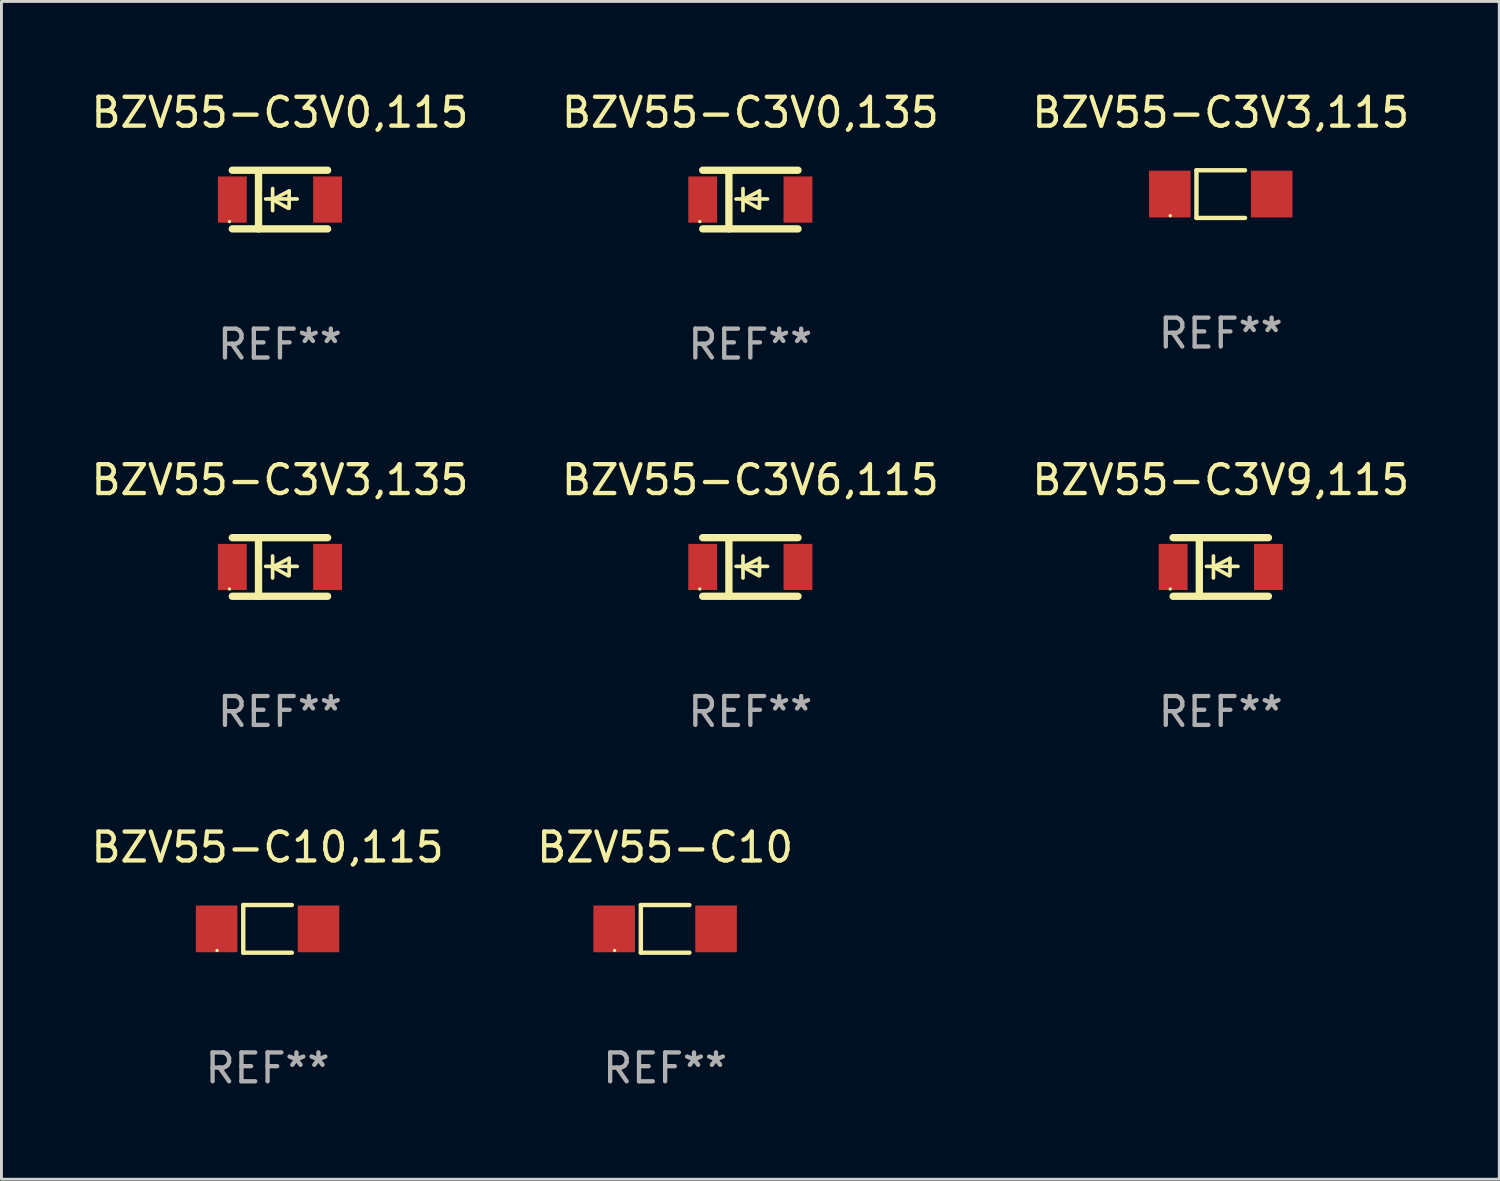
<source format=kicad_pcb>
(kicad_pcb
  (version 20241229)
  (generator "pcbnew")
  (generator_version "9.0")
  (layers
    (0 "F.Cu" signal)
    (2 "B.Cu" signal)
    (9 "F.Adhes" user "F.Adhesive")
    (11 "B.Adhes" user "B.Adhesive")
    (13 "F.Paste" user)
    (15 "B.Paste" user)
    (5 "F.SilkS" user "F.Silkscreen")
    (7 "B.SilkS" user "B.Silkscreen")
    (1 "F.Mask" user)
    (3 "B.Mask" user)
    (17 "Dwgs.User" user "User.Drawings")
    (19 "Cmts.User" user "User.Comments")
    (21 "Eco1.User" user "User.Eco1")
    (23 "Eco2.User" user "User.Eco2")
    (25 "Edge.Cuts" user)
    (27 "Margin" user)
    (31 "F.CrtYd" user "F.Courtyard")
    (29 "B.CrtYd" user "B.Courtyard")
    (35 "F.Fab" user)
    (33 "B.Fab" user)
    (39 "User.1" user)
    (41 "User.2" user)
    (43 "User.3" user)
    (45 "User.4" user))
  (footprint "BZV55-C3V0,135"
    (layer "F.Cu")
    (at 22.946 3.864)
    (property "Reference" "BZV55-C3V0,135" (at 0 -3.016 0) (layer "F.SilkS") (effects (font (size 1 1) (thickness 0.15))))
    (attr through_hole)
    (fp_line (start -1.651 -1.016) (end 1.651 -1.016) (stroke (width 0.254) (type solid)) (layer "F.SilkS"))
    (fp_line (start -1.651 1.016) (end 1.651 1.016) (stroke (width 0.254) (type solid)) (layer "F.SilkS"))
    (fp_line (start -0.743 -1) (end -0.743 1.016) (stroke (width 0.254) (type solid)) (layer "F.SilkS"))
    (fp_line (start -0.495 -0.02) (end 0.597 -0.02) (stroke (width 0.127) (type solid)) (layer "F.SilkS"))
    (fp_line (start -0.254 0) (end -0.254 -0.381) (stroke (width 0.127) (type solid)) (layer "F.SilkS"))
    (fp_line (start -0.254 0) (end -0.254 0.381) (stroke (width 0.127) (type solid)) (layer "F.SilkS"))
    (fp_line (start 0.288 0.301) (end -0.254 0) (stroke (width 0.127) (type solid)) (layer "F.SilkS"))
    (fp_line (start 0.318 -0.299) (end -0.254 0) (stroke (width 0.127) (type solid)) (layer "F.SilkS"))
    (fp_line (start 0.318 -0.299) (end 0.318 0.301) (stroke (width 0.127) (type solid)) (layer "F.SilkS"))
    (fp_circle (center -1.75 0.763) (end -1.72 0.763) (stroke (width 0.06) (type solid)) (fill no) (layer "F.SilkS"))
    (fp_text user "REF**" (at 0 5.016 0) (layer "F.Fab") (effects (font (size 1 1) (thickness 0.15))))
    (pad "1" smd rect (at -1.65 0 90) (size 1.6 1) (layers "F.Cu" "F.Mask" "F.Paste"))
    (pad "2" smd rect (at 1.65 0 90) (size 1.6 1) (layers "F.Cu" "F.Mask" "F.Paste")))
  (footprint "BZV55-C3V6,115"
    (layer "F.Cu")
    (at 22.946 16.593)
    (property "Reference" "BZV55-C3V6,115" (at 0 -3.016 0) (layer "F.SilkS") (effects (font (size 1 1) (thickness 0.15))))
    (attr through_hole)
    (fp_line (start -1.651 -1.016) (end 1.651 -1.016) (stroke (width 0.254) (type solid)) (layer "F.SilkS"))
    (fp_line (start -1.651 1.016) (end 1.651 1.016) (stroke (width 0.254) (type solid)) (layer "F.SilkS"))
    (fp_line (start -0.743 -1) (end -0.743 1.016) (stroke (width 0.254) (type solid)) (layer "F.SilkS"))
    (fp_line (start -0.495 -0.02) (end 0.597 -0.02) (stroke (width 0.127) (type solid)) (layer "F.SilkS"))
    (fp_line (start -0.254 0) (end -0.254 -0.381) (stroke (width 0.127) (type solid)) (layer "F.SilkS"))
    (fp_line (start -0.254 0) (end -0.254 0.381) (stroke (width 0.127) (type solid)) (layer "F.SilkS"))
    (fp_line (start 0.288 0.301) (end -0.254 0) (stroke (width 0.127) (type solid)) (layer "F.SilkS"))
    (fp_line (start 0.318 -0.299) (end -0.254 0) (stroke (width 0.127) (type solid)) (layer "F.SilkS"))
    (fp_line (start 0.318 -0.299) (end 0.318 0.301) (stroke (width 0.127) (type solid)) (layer "F.SilkS"))
    (fp_circle (center -1.75 0.763) (end -1.72 0.763) (stroke (width 0.06) (type solid)) (fill no) (layer "F.SilkS"))
    (fp_text user "REF**" (at 0 5.016 0) (layer "F.Fab") (effects (font (size 1 1) (thickness 0.15))))
    (pad "1" smd rect (at -1.65 0 90) (size 1.6 1) (layers "F.Cu" "F.Mask" "F.Paste"))
    (pad "2" smd rect (at 1.65 0 90) (size 1.6 1) (layers "F.Cu" "F.Mask" "F.Paste")))
  (footprint "BZV55-C3V3,115"
    (layer "F.Cu")
    (at 39.244 3.674)
    (property "Reference" "BZV55-C3V3,115" (at 0 -2.826 0) (layer "F.SilkS") (effects (font (size 1 1) (thickness 0.15))))
    (attr through_hole)
    (fp_line (start -0.842 -0.826) (end -0.842 0.826) (stroke (width 0.152) (type solid)) (layer "F.SilkS"))
    (fp_line (start -0.842 -0.826) (end 0.842 -0.826) (stroke (width 0.152) (type solid)) (layer "F.SilkS"))
    (fp_line (start -0.842 0.826) (end 0.842 0.826) (stroke (width 0.152) (type solid)) (layer "F.SilkS"))
    (fp_circle (center -1.75 0.75) (end -1.72 0.75) (stroke (width 0.06) (type solid)) (fill no) (layer "F.SilkS"))
    (fp_text user "REF**" (at 0 4.826 0) (layer "F.Fab") (effects (font (size 1 1) (thickness 0.15))))
    (pad "1" smd rect (at -1.765 0) (size 1.44 1.62) (layers "F.Cu" "F.Mask" "F.Paste"))
    (pad "2" smd rect (at 1.765 0) (size 1.44 1.62) (layers "F.Cu" "F.Mask" "F.Paste")))
  (footprint "BZV55-C3V3,135"
    (layer "F.Cu")
    (at 6.649 16.593)
    (property "Reference" "BZV55-C3V3,135" (at 0 -3.016 0) (layer "F.SilkS") (effects (font (size 1 1) (thickness 0.15))))
    (attr through_hole)
    (fp_line (start -1.651 -1.016) (end 1.651 -1.016) (stroke (width 0.254) (type solid)) (layer "F.SilkS"))
    (fp_line (start -1.651 1.016) (end 1.651 1.016) (stroke (width 0.254) (type solid)) (layer "F.SilkS"))
    (fp_line (start -0.743 -1) (end -0.743 1.016) (stroke (width 0.254) (type solid)) (layer "F.SilkS"))
    (fp_line (start -0.495 -0.02) (end 0.597 -0.02) (stroke (width 0.127) (type solid)) (layer "F.SilkS"))
    (fp_line (start -0.254 0) (end -0.254 -0.381) (stroke (width 0.127) (type solid)) (layer "F.SilkS"))
    (fp_line (start -0.254 0) (end -0.254 0.381) (stroke (width 0.127) (type solid)) (layer "F.SilkS"))
    (fp_line (start 0.288 0.301) (end -0.254 0) (stroke (width 0.127) (type solid)) (layer "F.SilkS"))
    (fp_line (start 0.318 -0.299) (end -0.254 0) (stroke (width 0.127) (type solid)) (layer "F.SilkS"))
    (fp_line (start 0.318 -0.299) (end 0.318 0.301) (stroke (width 0.127) (type solid)) (layer "F.SilkS"))
    (fp_circle (center -1.75 0.763) (end -1.72 0.763) (stroke (width 0.06) (type solid)) (fill no) (layer "F.SilkS"))
    (fp_text user "REF**" (at 0 5.016 0) (layer "F.Fab") (effects (font (size 1 1) (thickness 0.15))))
    (pad "1" smd rect (at -1.65 0 90) (size 1.6 1) (layers "F.Cu" "F.Mask" "F.Paste"))
    (pad "2" smd rect (at 1.65 0 90) (size 1.6 1) (layers "F.Cu" "F.Mask" "F.Paste")))
  (footprint "BZV55-C3V0,115"
    (layer "F.Cu")
    (at 6.649 3.864)
    (property "Reference" "BZV55-C3V0,115" (at 0 -3.016 0) (layer "F.SilkS") (effects (font (size 1 1) (thickness 0.15))))
    (attr through_hole)
    (fp_line (start -1.651 -1.016) (end 1.651 -1.016) (stroke (width 0.254) (type solid)) (layer "F.SilkS"))
    (fp_line (start -1.651 1.016) (end 1.651 1.016) (stroke (width 0.254) (type solid)) (layer "F.SilkS"))
    (fp_line (start -0.743 -1) (end -0.743 1.016) (stroke (width 0.254) (type solid)) (layer "F.SilkS"))
    (fp_line (start -0.495 -0.02) (end 0.597 -0.02) (stroke (width 0.127) (type solid)) (layer "F.SilkS"))
    (fp_line (start -0.254 0) (end -0.254 -0.381) (stroke (width 0.127) (type solid)) (layer "F.SilkS"))
    (fp_line (start -0.254 0) (end -0.254 0.381) (stroke (width 0.127) (type solid)) (layer "F.SilkS"))
    (fp_line (start 0.288 0.301) (end -0.254 0) (stroke (width 0.127) (type solid)) (layer "F.SilkS"))
    (fp_line (start 0.318 -0.299) (end -0.254 0) (stroke (width 0.127) (type solid)) (layer "F.SilkS"))
    (fp_line (start 0.318 -0.299) (end 0.318 0.301) (stroke (width 0.127) (type solid)) (layer "F.SilkS"))
    (fp_circle (center -1.75 0.763) (end -1.72 0.763) (stroke (width 0.06) (type solid)) (fill no) (layer "F.SilkS"))
    (fp_text user "REF**" (at 0 5.016 0) (layer "F.Fab") (effects (font (size 1 1) (thickness 0.15))))
    (pad "1" smd rect (at -1.65 0 90) (size 1.6 1) (layers "F.Cu" "F.Mask" "F.Paste"))
    (pad "2" smd rect (at 1.65 0 90) (size 1.6 1) (layers "F.Cu" "F.Mask" "F.Paste")))
  (footprint "BZV55-C10"
    (layer "F.Cu")
    (at 19.994 29.131)
    (property "Reference" "BZV55-C10" (at 0 -2.826 0) (layer "F.SilkS") (effects (font (size 1 1) (thickness 0.15))))
    (attr through_hole)
    (fp_line (start -0.842 -0.826) (end -0.842 0.826) (stroke (width 0.152) (type solid)) (layer "F.SilkS"))
    (fp_line (start -0.842 -0.826) (end 0.842 -0.826) (stroke (width 0.152) (type solid)) (layer "F.SilkS"))
    (fp_line (start -0.842 0.826) (end 0.842 0.826) (stroke (width 0.152) (type solid)) (layer "F.SilkS"))
    (fp_circle (center -1.75 0.75) (end -1.72 0.75) (stroke (width 0.06) (type solid)) (fill no) (layer "F.SilkS"))
    (fp_text user "REF**" (at 0 4.826 0) (layer "F.Fab") (effects (font (size 1 1) (thickness 0.15))))
    (pad "1" smd rect (at -1.765 0) (size 1.44 1.62) (layers "F.Cu" "F.Mask" "F.Paste"))
    (pad "2" smd rect (at 1.765 0) (size 1.44 1.62) (layers "F.Cu" "F.Mask" "F.Paste")))
  (footprint "BZV55-C3V9,115"
    (layer "F.Cu")
    (at 39.244 16.593)
    (property "Reference" "BZV55-C3V9,115" (at 0 -3.016 0) (layer "F.SilkS") (effects (font (size 1 1) (thickness 0.15))))
    (attr through_hole)
    (fp_line (start -1.651 -1.016) (end 1.651 -1.016) (stroke (width 0.254) (type solid)) (layer "F.SilkS"))
    (fp_line (start -1.651 1.016) (end 1.651 1.016) (stroke (width 0.254) (type solid)) (layer "F.SilkS"))
    (fp_line (start -0.743 -1) (end -0.743 1.016) (stroke (width 0.254) (type solid)) (layer "F.SilkS"))
    (fp_line (start -0.495 -0.02) (end 0.597 -0.02) (stroke (width 0.127) (type solid)) (layer "F.SilkS"))
    (fp_line (start -0.254 0) (end -0.254 -0.381) (stroke (width 0.127) (type solid)) (layer "F.SilkS"))
    (fp_line (start -0.254 0) (end -0.254 0.381) (stroke (width 0.127) (type solid)) (layer "F.SilkS"))
    (fp_line (start 0.288 0.301) (end -0.254 0) (stroke (width 0.127) (type solid)) (layer "F.SilkS"))
    (fp_line (start 0.318 -0.299) (end -0.254 0) (stroke (width 0.127) (type solid)) (layer "F.SilkS"))
    (fp_line (start 0.318 -0.299) (end 0.318 0.301) (stroke (width 0.127) (type solid)) (layer "F.SilkS"))
    (fp_circle (center -1.75 0.763) (end -1.72 0.763) (stroke (width 0.06) (type solid)) (fill no) (layer "F.SilkS"))
    (fp_text user "REF**" (at 0 5.016 0) (layer "F.Fab") (effects (font (size 1 1) (thickness 0.15))))
    (pad "1" smd rect (at -1.65 0.000025 90) (size 1.6 1) (layers "F.Cu" "F.Mask" "F.Paste"))
    (pad "2" smd rect (at 1.65 0.000025 90) (size 1.6 1) (layers "F.Cu" "F.Mask" "F.Paste")))
  (footprint "BZV55-C10,115"
    (layer "F.Cu")
    (at 6.22 29.131)
    (property "Reference" "BZV55-C10,115" (at 0 -2.826 0) (layer "F.SilkS") (effects (font (size 1 1) (thickness 0.15))))
    (attr through_hole)
    (fp_line (start -0.842 -0.826) (end -0.842 0.826) (stroke (width 0.152) (type solid)) (layer "F.SilkS"))
    (fp_line (start -0.842 -0.826) (end 0.842 -0.826) (stroke (width 0.152) (type solid)) (layer "F.SilkS"))
    (fp_line (start -0.842 0.826) (end 0.842 0.826) (stroke (width 0.152) (type solid)) (layer "F.SilkS"))
    (fp_circle (center -1.75 0.75) (end -1.72 0.75) (stroke (width 0.06) (type solid)) (fill no) (layer "F.SilkS"))
    (fp_text user "REF**" (at 0 4.826 0) (layer "F.Fab") (effects (font (size 1 1) (thickness 0.15))))
    (pad "1" smd rect (at -1.765 0) (size 1.44 1.62) (layers "F.Cu" "F.Mask" "F.Paste"))
    (pad "2" smd rect (at 1.765 0) (size 1.44 1.62) (layers "F.Cu" "F.Mask" "F.Paste")))
  (gr_rect
    (start -3 -3)
    (end 48.893 37.806)
    (stroke (width 0.1) (type default))
    (fill no)
    (layer "Edge.Cuts")))
</source>
